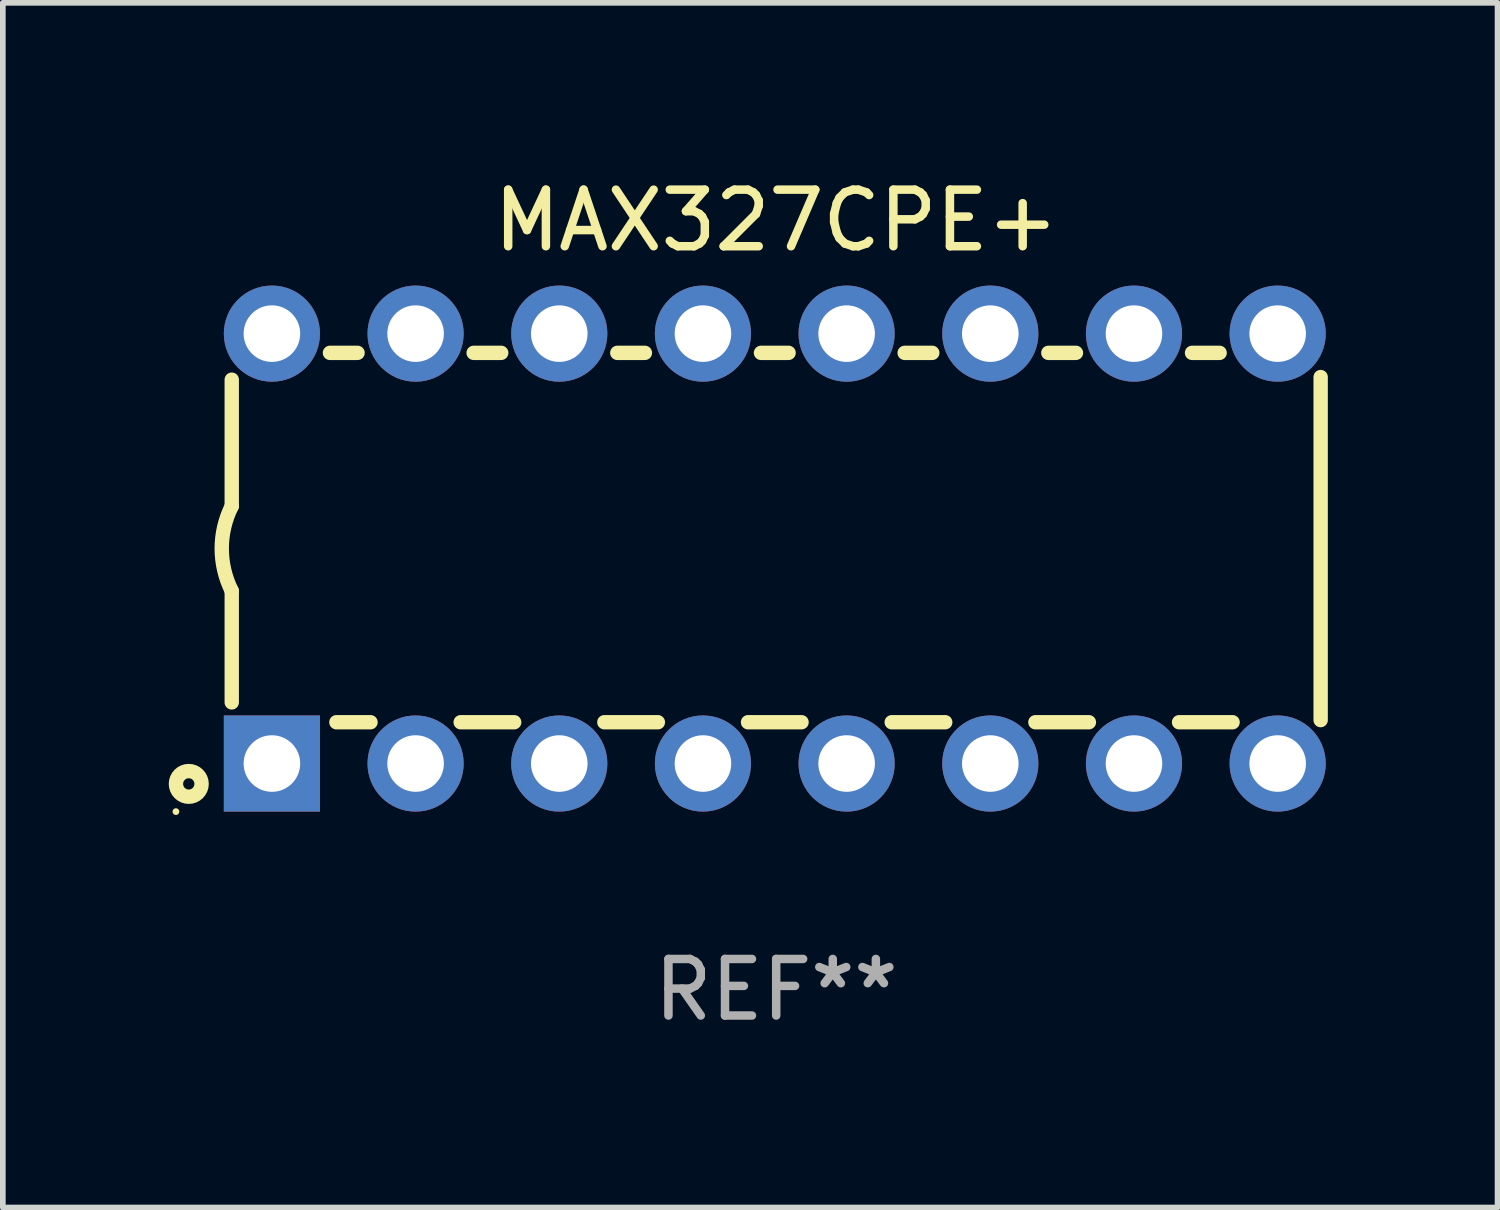
<source format=kicad_pcb>
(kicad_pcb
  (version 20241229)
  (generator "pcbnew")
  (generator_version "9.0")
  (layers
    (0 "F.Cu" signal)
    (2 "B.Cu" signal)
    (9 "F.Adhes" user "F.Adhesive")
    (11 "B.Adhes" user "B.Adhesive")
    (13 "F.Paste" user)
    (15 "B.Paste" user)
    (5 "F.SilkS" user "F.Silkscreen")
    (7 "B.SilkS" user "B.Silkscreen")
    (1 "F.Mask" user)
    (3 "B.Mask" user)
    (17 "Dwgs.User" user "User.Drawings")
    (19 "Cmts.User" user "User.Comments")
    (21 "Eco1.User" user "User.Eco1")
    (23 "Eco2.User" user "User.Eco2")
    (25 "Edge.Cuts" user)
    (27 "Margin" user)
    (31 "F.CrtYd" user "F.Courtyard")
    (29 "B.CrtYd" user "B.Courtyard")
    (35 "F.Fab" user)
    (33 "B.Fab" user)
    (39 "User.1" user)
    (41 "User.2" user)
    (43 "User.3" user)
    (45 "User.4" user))
  (footprint "MAX327CPE+"
    (layer "F.Cu")
    (at 10.672 6.648)
    (property "Reference" "MAX327CPE+" (at 0 -5.8 0) (layer "F.SilkS") (effects (font (size 1 1) (thickness 0.15))))
    (attr through_hole)
    (fp_line (start -9.625 -0.75) (end -9.625 -2.986) (stroke (width 0.254) (type solid)) (layer "F.SilkS"))
    (fp_line (start -9.625 0.749) (end -9.625 2.719) (stroke (width 0.254) (type solid)) (layer "F.SilkS"))
    (fp_line (start -7.889 -3.46) (end -7.401 -3.46) (stroke (width 0.254) (type solid)) (layer "F.SilkS"))
    (fp_line (start -7.775 3.07) (end -7.172 3.07) (stroke (width 0.254) (type solid)) (layer "F.SilkS"))
    (fp_line (start -5.578 3.07) (end -4.632 3.07) (stroke (width 0.254) (type solid)) (layer "F.SilkS"))
    (fp_line (start -5.349 -3.46) (end -4.861 -3.46) (stroke (width 0.254) (type solid)) (layer "F.SilkS"))
    (fp_line (start -3.038 3.07) (end -2.092 3.07) (stroke (width 0.254) (type solid)) (layer "F.SilkS"))
    (fp_line (start -2.809 -3.46) (end -2.321 -3.46) (stroke (width 0.254) (type solid)) (layer "F.SilkS"))
    (fp_line (start -0.498 3.07) (end 0.448 3.07) (stroke (width 0.254) (type solid)) (layer "F.SilkS"))
    (fp_line (start -0.269 -3.46) (end 0.219 -3.46) (stroke (width 0.254) (type solid)) (layer "F.SilkS"))
    (fp_line (start 2.042 3.07) (end 2.988 3.07) (stroke (width 0.254) (type solid)) (layer "F.SilkS"))
    (fp_line (start 2.271 -3.46) (end 2.759 -3.46) (stroke (width 0.254) (type solid)) (layer "F.SilkS"))
    (fp_line (start 4.582 3.07) (end 5.528 3.07) (stroke (width 0.254) (type solid)) (layer "F.SilkS"))
    (fp_line (start 4.811 -3.46) (end 5.299 -3.46) (stroke (width 0.254) (type solid)) (layer "F.SilkS"))
    (fp_line (start 7.122 3.07) (end 8.068 3.07) (stroke (width 0.254) (type solid)) (layer "F.SilkS"))
    (fp_line (start 7.351 -3.46) (end 7.839 -3.46) (stroke (width 0.254) (type solid)) (layer "F.SilkS"))
    (fp_line (start 9.625 3.032) (end 9.625 -3.032) (stroke (width 0.254) (type solid)) (layer "F.SilkS"))
    (fp_arc (start -9.624993 0.748819) (mid -9.801912 -0.000581) (end -9.625019 -0.749987) (stroke (width 0.254001) (type solid)) (layer "F.SilkS"))
    (fp_circle (center -10.612 4.65) (end -10.582 4.65) (stroke (width 0.06) (type solid)) (fill no) (layer "F.SilkS"))
    (fp_circle (center -10.385 4.16) (end -10.285 4.16) (stroke (width 0.254) (type solid)) (fill no) (layer "F.SilkS"))
    (fp_text user "REF**" (at 0 7.8 0) (layer "F.Fab") (effects (font (size 1 1) (thickness 0.15))))
    (pad "1" thru_hole rect (at -8.915 3.8 90) (size 1.7 1.7) (drill 1) (layers "*.Cu" "*.Mask"))
    (pad "2" thru_hole circle (at -6.375 3.8) (size 1.7 1.7) (drill 1) (layers "*.Cu" "*.Mask"))
    (pad "3" thru_hole circle (at -3.835 3.8) (size 1.7 1.7) (drill 1) (layers "*.Cu" "*.Mask"))
    (pad "4" thru_hole circle (at -1.295 3.8) (size 1.7 1.7) (drill 1) (layers "*.Cu" "*.Mask"))
    (pad "5" thru_hole circle (at 1.245 3.8) (size 1.7 1.7) (drill 1) (layers "*.Cu" "*.Mask"))
    (pad "6" thru_hole circle (at 3.785 3.8) (size 1.7 1.7) (drill 1) (layers "*.Cu" "*.Mask"))
    (pad "7" thru_hole circle (at 6.325 3.8) (size 1.7 1.7) (drill 1) (layers "*.Cu" "*.Mask"))
    (pad "8" thru_hole circle (at 8.865 3.8) (size 1.7 1.7) (drill 1) (layers "*.Cu" "*.Mask"))
    (pad "9" thru_hole circle (at 8.865 -3.8) (size 1.7 1.7) (drill 1) (layers "*.Cu" "*.Mask"))
    (pad "10" thru_hole circle (at 6.325 -3.8) (size 1.7 1.7) (drill 1) (layers "*.Cu" "*.Mask"))
    (pad "11" thru_hole circle (at 3.785 -3.8) (size 1.7 1.7) (drill 1) (layers "*.Cu" "*.Mask"))
    (pad "12" thru_hole circle (at 1.245 -3.8) (size 1.7 1.7) (drill 1) (layers "*.Cu" "*.Mask"))
    (pad "13" thru_hole circle (at -1.295 -3.8) (size 1.7 1.7) (drill 1) (layers "*.Cu" "*.Mask"))
    (pad "14" thru_hole circle (at -3.835 -3.8) (size 1.7 1.7) (drill 1) (layers "*.Cu" "*.Mask"))
    (pad "15" thru_hole circle (at -6.375 -3.8) (size 1.7 1.7) (drill 1) (layers "*.Cu" "*.Mask"))
    (pad "16" thru_hole circle (at -8.915 -3.8) (size 1.7 1.7) (drill 1) (layers "*.Cu" "*.Mask")))
  (gr_rect
    (start -3 -3)
    (end 23.424 18.297)
    (stroke (width 0.1) (type default))
    (fill no)
    (layer "Edge.Cuts")))
</source>
